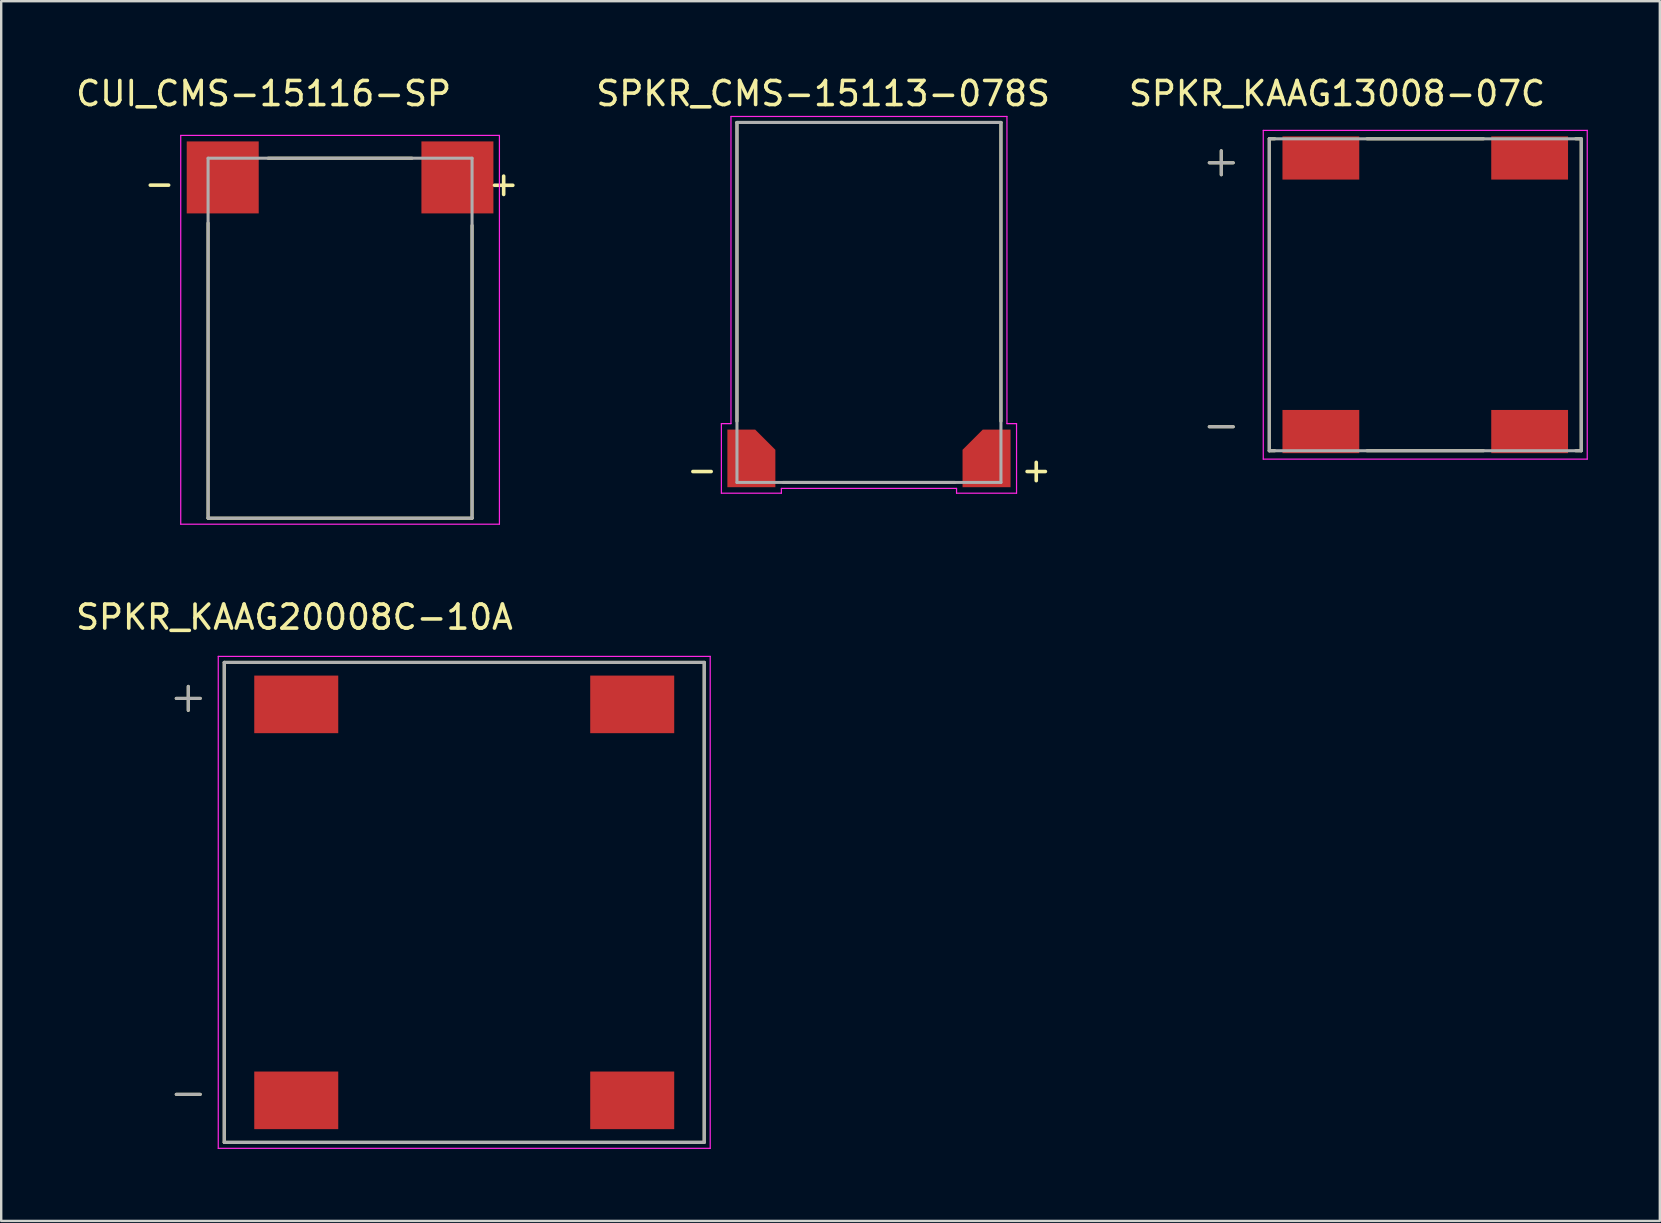
<source format=kicad_pcb>
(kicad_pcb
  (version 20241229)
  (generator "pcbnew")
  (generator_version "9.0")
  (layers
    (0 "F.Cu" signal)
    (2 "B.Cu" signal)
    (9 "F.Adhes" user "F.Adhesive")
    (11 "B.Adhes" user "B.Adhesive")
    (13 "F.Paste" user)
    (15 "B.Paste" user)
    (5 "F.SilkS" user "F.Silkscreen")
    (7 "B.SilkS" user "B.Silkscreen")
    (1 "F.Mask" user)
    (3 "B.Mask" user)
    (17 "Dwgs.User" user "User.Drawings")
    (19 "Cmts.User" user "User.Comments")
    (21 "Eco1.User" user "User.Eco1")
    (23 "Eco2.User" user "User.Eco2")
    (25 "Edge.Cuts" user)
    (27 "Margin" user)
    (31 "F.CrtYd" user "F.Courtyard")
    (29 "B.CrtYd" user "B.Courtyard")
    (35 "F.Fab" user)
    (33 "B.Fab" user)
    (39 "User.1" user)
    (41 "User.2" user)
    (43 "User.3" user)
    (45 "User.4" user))
  (footprint "CUI_CMS-15116-SP"
    (layer "F.Cu")
    (at 11.121 11.043)
    (property "Reference" "CUI_CMS-15116-SP" (at -3.185 -10.193 0) (layer "F.SilkS") (effects (font (size 1.003 1.003) (thickness 0.15))))
    (attr smd)
    (fp_line (start -5.5 -4.8) (end -5.5 7.5) (stroke (width 0.127) (type solid)) (layer "F.SilkS"))
    (fp_line (start -5.5 7.5) (end 5.5 7.5) (stroke (width 0.127) (type solid)) (layer "F.SilkS"))
    (fp_line (start -3 -7.5) (end 3 -7.5) (stroke (width 0.127) (type solid)) (layer "F.SilkS"))
    (fp_line (start 5.5 7.5) (end 5.5 -4.7) (stroke (width 0.127) (type solid)) (layer "F.SilkS"))
    (fp_line (start -6.64 -8.45) (end 6.64 -8.45) (stroke (width 0.05) (type solid)) (layer "F.CrtYd"))
    (fp_line (start -6.64 7.75) (end -6.64 -8.45) (stroke (width 0.05) (type solid)) (layer "F.CrtYd"))
    (fp_line (start 6.64 -8.45) (end 6.64 7.75) (stroke (width 0.05) (type solid)) (layer "F.CrtYd"))
    (fp_line (start 6.64 7.75) (end -6.64 7.75) (stroke (width 0.05) (type solid)) (layer "F.CrtYd"))
    (fp_line (start -5.5 -7.5) (end 5.5 -7.5) (stroke (width 0.127) (type solid)) (layer "F.Fab"))
    (fp_line (start -5.5 7.5) (end -5.5 -7.5) (stroke (width 0.127) (type solid)) (layer "F.Fab"))
    (fp_line (start 5.5 -7.5) (end 5.5 7.5) (stroke (width 0.127) (type solid)) (layer "F.Fab"))
    (fp_line (start 5.5 7.5) (end -5.5 7.5) (stroke (width 0.127) (type solid)) (layer "F.Fab"))
    (fp_text user "+" (at 6.817 -6.446 0) (layer "F.SilkS") (effects (font (size 1.002 1.002) (thickness 0.15))))
    (fp_text user "-" (at -7.526 -6.452 0) (layer "F.SilkS") (effects (font (size 1.003 1.003) (thickness 0.15))))
    (pad "N" smd rect (at -4.89 -6.7) (size 3 3) (layers "F.Cu" "F.Mask" "F.Paste"))
    (pad "P" smd rect (at 4.89 -6.7) (size 3 3) (layers "F.Cu" "F.Mask" "F.Paste")))
  (footprint "SPKR_CMS-15113-078S"
    (layer "F.Cu")
    (at 33.16 9.553)
    (property "Reference" "SPKR_CMS-15113-078S" (at -1.908 -8.704 0) (layer "F.SilkS") (effects (font (size 1.002 1.002) (thickness 0.15))))
    (attr smd)
    (fp_line (start -5.9 5.3) (end -4.74 5.3) (stroke (width 0.0001) (type solid)) (layer "F.Cu"))
    (fp_line (start -5.9 7.7) (end -5.9 5.3) (stroke (width 0.0001) (type solid)) (layer "F.Cu"))
    (fp_line (start -4.74 5.3) (end -3.9 6.14) (stroke (width 0.0001) (type solid)) (layer "F.Cu"))
    (fp_line (start -3.9 6.14) (end -3.9 7.7) (stroke (width 0.0001) (type solid)) (layer "F.Cu"))
    (fp_line (start -3.9 7.7) (end -5.9 7.7) (stroke (width 0.0001) (type solid)) (layer "F.Cu"))
    (fp_poly (pts (xy -6 5.2) (xy -4.7 5.2) (xy -3.8 6.1) (xy -3.8 7.8) (xy -6 7.8)) (stroke (width 0.0001) (type solid)) (fill yes) (layer "F.Mask"))
    (fp_poly (pts (xy 4.7 5.2) (xy 6 5.2) (xy 6 7.8) (xy 3.8 7.8) (xy 3.8 6.1)) (stroke (width 0.0001) (type solid)) (fill yes) (layer "F.Mask"))
    (fp_line (start -5.5 -7.5) (end 5.5 -7.5) (stroke (width 0.127) (type solid)) (layer "F.SilkS"))
    (fp_line (start -5.5 4.95) (end -5.5 -7.5) (stroke (width 0.127) (type solid)) (layer "F.SilkS"))
    (fp_line (start -3.573 7.5) (end 3.573 7.5) (stroke (width 0.127) (type solid)) (layer "F.SilkS"))
    (fp_line (start 5.5 -7.5) (end 5.5 4.95) (stroke (width 0.127) (type solid)) (layer "F.SilkS"))
    (fp_poly (pts (xy -5.9 5.3) (xy -4.74 5.3) (xy -3.9 6.14) (xy -3.9 7.7) (xy -5.9 7.7)) (stroke (width 0.0001) (type solid)) (fill yes) (layer "F.Paste"))
    (fp_poly (pts (xy 4.74 5.3) (xy 5.9 5.3) (xy 5.9 7.7) (xy 3.9 7.7) (xy 3.9 6.14)) (stroke (width 0.0001) (type solid)) (fill yes) (layer "F.Paste"))
    (fp_line (start -6.15 5.05) (end -6.15 7.95) (stroke (width 0.05) (type solid)) (layer "F.CrtYd"))
    (fp_line (start -6.15 7.95) (end -3.65 7.95) (stroke (width 0.05) (type solid)) (layer "F.CrtYd"))
    (fp_line (start -5.75 -7.75) (end -5.75 5.05) (stroke (width 0.05) (type solid)) (layer "F.CrtYd"))
    (fp_line (start -5.75 -7.75) (end 5.75 -7.75) (stroke (width 0.05) (type solid)) (layer "F.CrtYd"))
    (fp_line (start -5.75 5.05) (end -6.15 5.05) (stroke (width 0.05) (type solid)) (layer "F.CrtYd"))
    (fp_line (start -3.65 7.75) (end 3.65 7.75) (stroke (width 0.05) (type solid)) (layer "F.CrtYd"))
    (fp_line (start -3.65 7.95) (end -3.65 7.75) (stroke (width 0.05) (type solid)) (layer "F.CrtYd"))
    (fp_line (start 3.65 7.75) (end 3.65 7.95) (stroke (width 0.05) (type solid)) (layer "F.CrtYd"))
    (fp_line (start 3.65 7.95) (end 6.15 7.95) (stroke (width 0.05) (type solid)) (layer "F.CrtYd"))
    (fp_line (start 5.75 5.05) (end 5.75 -7.75) (stroke (width 0.05) (type solid)) (layer "F.CrtYd"))
    (fp_line (start 6.15 5.05) (end 5.75 5.05) (stroke (width 0.05) (type solid)) (layer "F.CrtYd"))
    (fp_line (start 6.15 7.95) (end 6.15 5.05) (stroke (width 0.05) (type solid)) (layer "F.CrtYd"))
    (fp_line (start -5.5 -7.5) (end 5.5 -7.5) (stroke (width 0.127) (type solid)) (layer "F.Fab"))
    (fp_line (start -5.5 7.5) (end -5.5 -7.5) (stroke (width 0.127) (type solid)) (layer "F.Fab"))
    (fp_line (start 5.5 -7.5) (end 5.5 7.5) (stroke (width 0.127) (type solid)) (layer "F.Fab"))
    (fp_line (start 5.5 7.5) (end -5.5 7.5) (stroke (width 0.127) (type solid)) (layer "F.Fab"))
    (fp_text user "+" (at 6.971 6.971 0) (layer "F.SilkS") (effects (font (size 1 1) (thickness 0.15))))
    (fp_text user "-" (at -6.956 6.972 0) (layer "F.SilkS") (effects (font (size 1 1) (thickness 0.15))))
    (pad "M" smd custom (at -5 6.99) (size 1 1) (layers "F.Cu") (options (anchor rect)) (primitives (gr_poly (pts (xy -0.9 -1.69) (xy 0.26 -1.69) (xy 1.1 -0.85) (xy 1.1 0.71) (xy -0.9 0.71)) (width 0.0001) (fill yes))))
    (pad "P" smd custom (at 5 6.99) (size 1 1) (layers "F.Cu") (options (anchor rect)) (primitives (gr_poly (pts (xy -0.26 -1.69) (xy 0.9 -1.69) (xy 0.9 0.71) (xy -1.1 0.71) (xy -1.1 -0.85)) (width 0.0001) (fill yes)))))
  (footprint "SPKR_KAAG20008C-10A"
    (layer "F.Cu")
    (at 16.295 34.552)
    (property "Reference" "SPKR_KAAG20008C-10A" (at -7.075 -11.885 0) (layer "F.SilkS") (effects (font (size 1 1) (thickness 0.15))))
    (attr smd)
    (fp_line (start -12 -8.5) (end -11 -8.5) (stroke (width 0.127) (type solid)) (layer "F.SilkS"))
    (fp_line (start -11.5 -9) (end -11.5 -8) (stroke (width 0.127) (type solid)) (layer "F.SilkS"))
    (fp_line (start -11 8) (end -12 8) (stroke (width 0.127) (type solid)) (layer "F.SilkS"))
    (fp_line (start -10 10) (end -10 -10) (stroke (width 0.127) (type solid)) (layer "F.SilkS"))
    (fp_line (start 10 -10) (end -10 -10) (stroke (width 0.127) (type solid)) (layer "F.SilkS"))
    (fp_line (start 10 -10) (end 10 10) (stroke (width 0.127) (type solid)) (layer "F.SilkS"))
    (fp_line (start 10 10) (end -10 10) (stroke (width 0.127) (type solid)) (layer "F.SilkS"))
    (fp_line (start -10.25 -10.25) (end -10.25 10.25) (stroke (width 0.05) (type solid)) (layer "F.CrtYd"))
    (fp_line (start -10.25 10.25) (end 10.25 10.25) (stroke (width 0.05) (type solid)) (layer "F.CrtYd"))
    (fp_line (start 10.25 -10.25) (end -10.25 -10.25) (stroke (width 0.05) (type solid)) (layer "F.CrtYd"))
    (fp_line (start 10.25 10.25) (end 10.25 -10.25) (stroke (width 0.05) (type solid)) (layer "F.CrtYd"))
    (fp_line (start -12 -8.5) (end -11 -8.5) (stroke (width 0.127) (type solid)) (layer "F.Fab"))
    (fp_line (start -11.5 -9) (end -11.5 -8) (stroke (width 0.127) (type solid)) (layer "F.Fab"))
    (fp_line (start -11 8) (end -12 8) (stroke (width 0.127) (type solid)) (layer "F.Fab"))
    (fp_line (start -10 10) (end -10 -10) (stroke (width 0.127) (type solid)) (layer "F.Fab"))
    (fp_line (start 10 -10) (end -10 -10) (stroke (width 0.127) (type solid)) (layer "F.Fab"))
    (fp_line (start 10 -10) (end 10 10) (stroke (width 0.127) (type solid)) (layer "F.Fab"))
    (fp_line (start 10 10) (end -10 10) (stroke (width 0.127) (type solid)) (layer "F.Fab"))
    (pad "N" smd rect (at -7 8.25) (size 3.5 2.4) (layers "F.Cu" "F.Mask" "F.Paste"))
    (pad "P" smd rect (at -7 -8.25) (size 3.5 2.4) (layers "F.Cu" "F.Mask" "F.Paste"))
    (pad "S1" smd rect (at 7 -8.25) (size 3.5 2.4) (layers "F.Cu" "F.Mask" "F.Paste"))
    (pad "S2" smd rect (at 7 8.25) (size 3.5 2.4) (layers "F.Cu" "F.Mask" "F.Paste")))
  (footprint "SPKR_KAAG13008-07C"
    (layer "F.Cu")
    (at 56.341 9.233)
    (property "Reference" "SPKR_KAAG13008-07C" (at -3.675 -8.385 0) (layer "F.SilkS") (effects (font (size 1 1) (thickness 0.15))))
    (attr smd)
    (fp_line (start -9 -5.5) (end -8 -5.5) (stroke (width 0.127) (type solid)) (layer "F.SilkS"))
    (fp_line (start -8.5 -6) (end -8.5 -5) (stroke (width 0.127) (type solid)) (layer "F.SilkS"))
    (fp_line (start -8 5.5) (end -9 5.5) (stroke (width 0.127) (type solid)) (layer "F.SilkS"))
    (fp_line (start -6.5 -6.5) (end -6.27 -6.5) (stroke (width 0.127) (type solid)) (layer "F.SilkS"))
    (fp_line (start -6.5 6.5) (end -6.5 -6.5) (stroke (width 0.127) (type solid)) (layer "F.SilkS"))
    (fp_line (start -6.5 6.5) (end -6.27 6.5) (stroke (width 0.127) (type solid)) (layer "F.SilkS"))
    (fp_line (start 2.43 -6.5) (end -2.43 -6.5) (stroke (width 0.127) (type solid)) (layer "F.SilkS"))
    (fp_line (start 2.43 6.5) (end -2.43 6.5) (stroke (width 0.127) (type solid)) (layer "F.SilkS"))
    (fp_line (start 6.27 -6.5) (end 6.5 -6.5) (stroke (width 0.127) (type solid)) (layer "F.SilkS"))
    (fp_line (start 6.5 -6.5) (end 6.5 6.5) (stroke (width 0.127) (type solid)) (layer "F.SilkS"))
    (fp_line (start 6.5 6.5) (end 6.27 6.5) (stroke (width 0.127) (type solid)) (layer "F.SilkS"))
    (fp_line (start -6.75 -6.85) (end -6.75 6.85) (stroke (width 0.05) (type solid)) (layer "F.CrtYd"))
    (fp_line (start -6.75 6.85) (end 6.75 6.85) (stroke (width 0.05) (type solid)) (layer "F.CrtYd"))
    (fp_line (start 6.75 -6.85) (end -6.75 -6.85) (stroke (width 0.05) (type solid)) (layer "F.CrtYd"))
    (fp_line (start 6.75 6.85) (end 6.75 -6.85) (stroke (width 0.05) (type solid)) (layer "F.CrtYd"))
    (fp_line (start -9 -5.5) (end -8 -5.5) (stroke (width 0.127) (type solid)) (layer "F.Fab"))
    (fp_line (start -8.5 -6) (end -8.5 -5) (stroke (width 0.127) (type solid)) (layer "F.Fab"))
    (fp_line (start -8 5.5) (end -9 5.5) (stroke (width 0.127) (type solid)) (layer "F.Fab"))
    (fp_line (start -6.5 -6.5) (end 6.5 -6.5) (stroke (width 0.127) (type solid)) (layer "F.Fab"))
    (fp_line (start -6.5 6.5) (end -6.5 -6.5) (stroke (width 0.127) (type solid)) (layer "F.Fab"))
    (fp_line (start 6.5 -6.5) (end 6.5 6.5) (stroke (width 0.127) (type solid)) (layer "F.Fab"))
    (fp_line (start 6.5 6.5) (end -6.5 6.5) (stroke (width 0.127) (type solid)) (layer "F.Fab"))
    (pad "N" smd rect (at -4.35 5.7) (size 3.2 1.8) (layers "F.Cu" "F.Mask" "F.Paste"))
    (pad "P" smd rect (at -4.35 -5.7) (size 3.2 1.8) (layers "F.Cu" "F.Mask" "F.Paste"))
    (pad "S1" smd rect (at 4.35 -5.7) (size 3.2 1.8) (layers "F.Cu" "F.Mask" "F.Paste"))
    (pad "S2" smd rect (at 4.35 5.7) (size 3.2 1.8) (layers "F.Cu" "F.Mask" "F.Paste")))
  (gr_rect
    (start -3 -3)
    (end 66.116 47.827)
    (stroke (width 0.1) (type default))
    (fill no)
    (layer "Edge.Cuts")))
</source>
